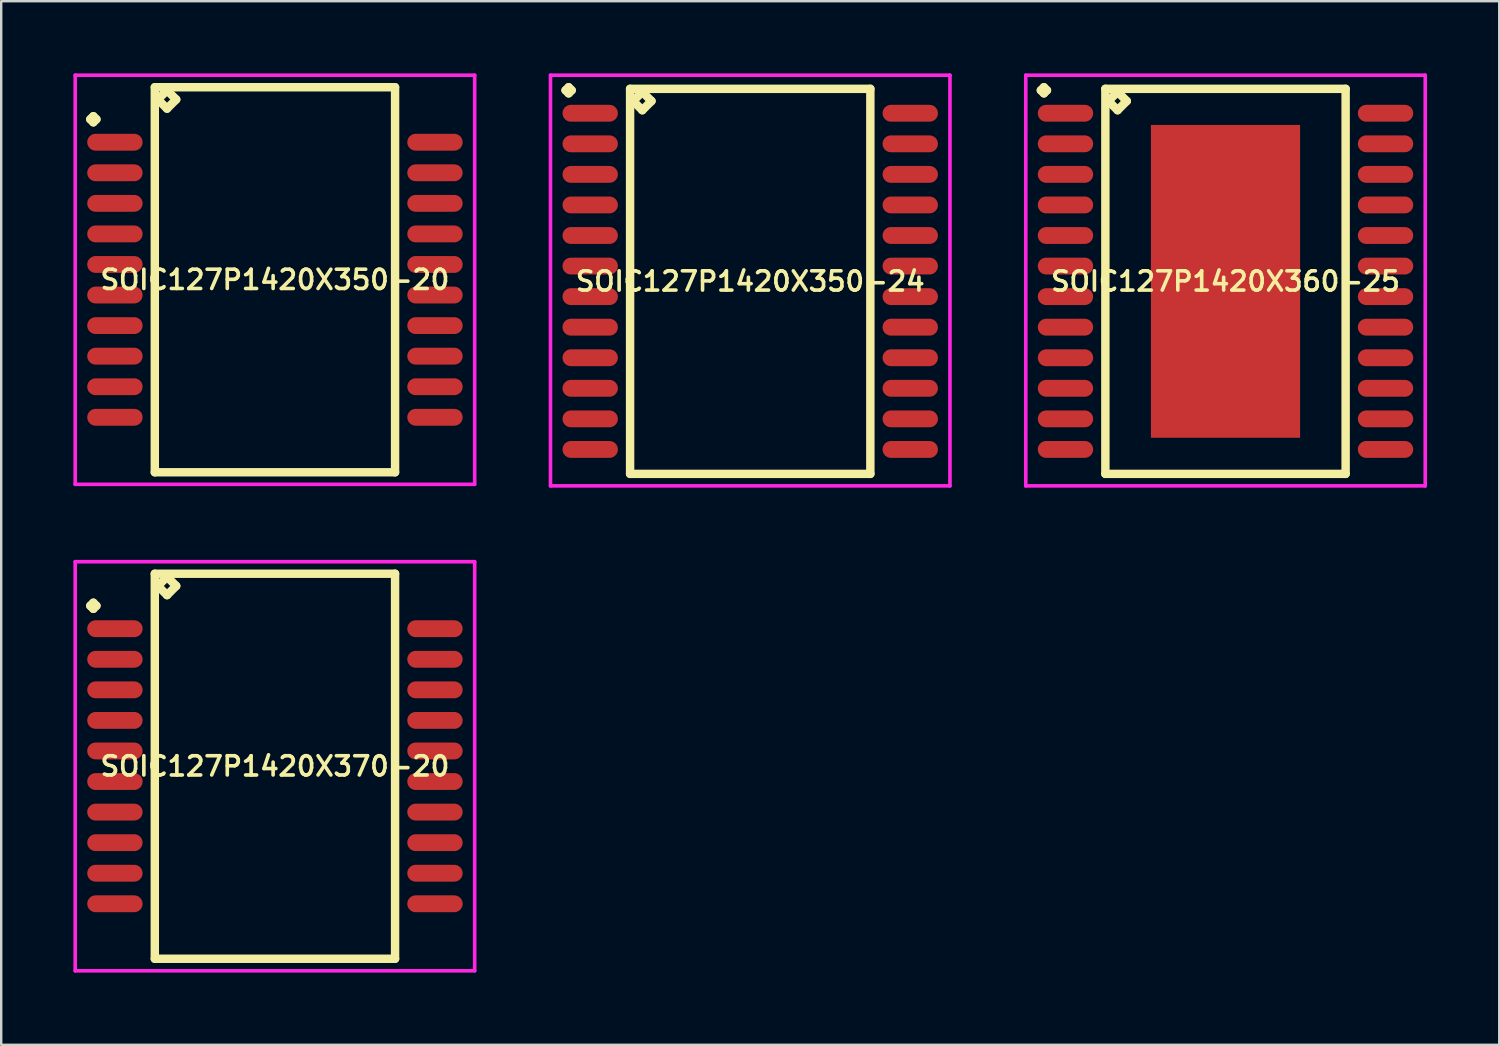
<source format=kicad_pcb>
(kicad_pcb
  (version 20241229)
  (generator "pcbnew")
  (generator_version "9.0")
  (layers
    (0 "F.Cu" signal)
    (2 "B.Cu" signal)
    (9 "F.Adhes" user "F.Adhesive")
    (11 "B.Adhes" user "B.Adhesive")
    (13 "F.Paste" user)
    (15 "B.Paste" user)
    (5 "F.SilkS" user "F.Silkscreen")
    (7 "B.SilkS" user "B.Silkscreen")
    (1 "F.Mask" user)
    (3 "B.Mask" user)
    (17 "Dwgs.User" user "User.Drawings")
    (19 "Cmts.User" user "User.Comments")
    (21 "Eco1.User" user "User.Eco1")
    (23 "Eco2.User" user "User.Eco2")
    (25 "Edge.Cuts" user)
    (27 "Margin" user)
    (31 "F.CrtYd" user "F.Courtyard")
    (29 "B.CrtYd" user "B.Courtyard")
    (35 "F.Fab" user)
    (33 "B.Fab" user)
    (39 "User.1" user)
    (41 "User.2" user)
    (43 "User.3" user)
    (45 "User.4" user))
  (footprint "SOIC127P1420X350-24"
    (layer "F.Cu")
    (at 28.125 8.641)
    (property "Reference" "SOIC127P1420X350-24" (at 0 0 0) (layer "F.SilkS") (effects (font (size 0.8 0.8) (thickness 0.15))))
    (attr through_hole)
    (fp_line (start -7.673 -7.939) (end -7.546 -8.066) (stroke (width 0.35) (type solid)) (layer "F.SilkS"))
    (fp_line (start -7.546 -8.066) (end -7.419 -7.939) (stroke (width 0.35) (type solid)) (layer "F.SilkS"))
    (fp_line (start -7.546 -7.812) (end -7.673 -7.939) (stroke (width 0.35) (type solid)) (layer "F.SilkS"))
    (fp_line (start -7.419 -7.939) (end -7.546 -7.812) (stroke (width 0.35) (type solid)) (layer "F.SilkS"))
    (fp_line (start -4.992 -8) (end -4.992 8) (stroke (width 0.35) (type solid)) (layer "F.SilkS"))
    (fp_line (start -4.992 8) (end 4.992 8) (stroke (width 0.35) (type solid)) (layer "F.SilkS"))
    (fp_line (start -4.865 -7.492) (end -4.484 -7.873) (stroke (width 0.35) (type solid)) (layer "F.SilkS"))
    (fp_line (start -4.484 -7.873) (end -4.103 -7.492) (stroke (width 0.35) (type solid)) (layer "F.SilkS"))
    (fp_line (start -4.484 -7.111) (end -4.865 -7.492) (stroke (width 0.35) (type solid)) (layer "F.SilkS"))
    (fp_line (start -4.103 -7.492) (end -4.484 -7.111) (stroke (width 0.35) (type solid)) (layer "F.SilkS"))
    (fp_line (start 4.992 -8) (end -4.992 -8) (stroke (width 0.35) (type solid)) (layer "F.SilkS"))
    (fp_line (start 4.992 8) (end 4.992 -8) (stroke (width 0.35) (type solid)) (layer "F.SilkS"))
    (fp_line (start -8.3 -8.566) (end 8.3 -8.566) (stroke (width 0.15) (type solid)) (layer "F.CrtYd"))
    (fp_line (start -8.3 8.5) (end -8.3 -8.566) (stroke (width 0.15) (type solid)) (layer "F.CrtYd"))
    (fp_line (start 8.3 -8.566) (end 8.3 8.5) (stroke (width 0.15) (type solid)) (layer "F.CrtYd"))
    (fp_line (start 8.3 8.5) (end -8.3 8.5) (stroke (width 0.15) (type solid)) (layer "F.CrtYd"))
    (pad "1" smd oval (at -6.65 -6.985) (size 2.3 0.7) (layers "F.Cu" "F.Mask" "F.Paste"))
    (pad "2" smd oval (at -6.65 -5.715) (size 2.3 0.7) (layers "F.Cu" "F.Mask" "F.Paste"))
    (pad "3" smd oval (at -6.65 -4.445) (size 2.3 0.7) (layers "F.Cu" "F.Mask" "F.Paste"))
    (pad "4" smd oval (at -6.65 -3.175) (size 2.3 0.7) (layers "F.Cu" "F.Mask" "F.Paste"))
    (pad "5" smd oval (at -6.65 -1.905) (size 2.3 0.7) (layers "F.Cu" "F.Mask" "F.Paste"))
    (pad "6" smd oval (at -6.65 -0.635) (size 2.3 0.7) (layers "F.Cu" "F.Mask" "F.Paste"))
    (pad "7" smd oval (at -6.65 0.635) (size 2.3 0.7) (layers "F.Cu" "F.Mask" "F.Paste"))
    (pad "8" smd oval (at -6.65 1.905) (size 2.3 0.7) (layers "F.Cu" "F.Mask" "F.Paste"))
    (pad "9" smd oval (at -6.65 3.175) (size 2.3 0.7) (layers "F.Cu" "F.Mask" "F.Paste"))
    (pad "10" smd oval (at -6.65 4.445) (size 2.3 0.7) (layers "F.Cu" "F.Mask" "F.Paste"))
    (pad "11" smd oval (at -6.65 5.715) (size 2.3 0.7) (layers "F.Cu" "F.Mask" "F.Paste"))
    (pad "12" smd oval (at -6.65 6.985) (size 2.3 0.7) (layers "F.Cu" "F.Mask" "F.Paste"))
    (pad "13" smd oval (at 6.65 6.985) (size 2.3 0.7) (layers "F.Cu" "F.Mask" "F.Paste"))
    (pad "14" smd oval (at 6.65 5.715) (size 2.3 0.7) (layers "F.Cu" "F.Mask" "F.Paste"))
    (pad "15" smd oval (at 6.65 4.445) (size 2.3 0.7) (layers "F.Cu" "F.Mask" "F.Paste"))
    (pad "16" smd oval (at 6.65 3.175) (size 2.3 0.7) (layers "F.Cu" "F.Mask" "F.Paste"))
    (pad "17" smd oval (at 6.65 1.905) (size 2.3 0.7) (layers "F.Cu" "F.Mask" "F.Paste"))
    (pad "18" smd oval (at 6.65 0.635) (size 2.3 0.7) (layers "F.Cu" "F.Mask" "F.Paste"))
    (pad "19" smd oval (at 6.65 -0.635) (size 2.3 0.7) (layers "F.Cu" "F.Mask" "F.Paste"))
    (pad "20" smd oval (at 6.65 -1.905) (size 2.3 0.7) (layers "F.Cu" "F.Mask" "F.Paste"))
    (pad "21" smd oval (at 6.65 -3.175) (size 2.3 0.7) (layers "F.Cu" "F.Mask" "F.Paste"))
    (pad "22" smd oval (at 6.65 -4.445) (size 2.3 0.7) (layers "F.Cu" "F.Mask" "F.Paste"))
    (pad "23" smd oval (at 6.65 -5.715) (size 2.3 0.7) (layers "F.Cu" "F.Mask" "F.Paste"))
    (pad "24" smd oval (at 6.65 -6.985) (size 2.3 0.7) (layers "F.Cu" "F.Mask" "F.Paste")))
  (footprint "SOIC127P1420X350-20"
    (layer "F.Cu")
    (at 8.375 8.575)
    (property "Reference" "SOIC127P1420X350-20" (at 0 0 0) (layer "F.SilkS") (effects (font (size 0.8 0.8) (thickness 0.15))))
    (attr smd)
    (fp_line (start -7.673 -6.669) (end -7.546 -6.796) (stroke (width 0.35) (type solid)) (layer "F.SilkS"))
    (fp_line (start -7.546 -6.796) (end -7.419 -6.669) (stroke (width 0.35) (type solid)) (layer "F.SilkS"))
    (fp_line (start -7.546 -6.542) (end -7.673 -6.669) (stroke (width 0.35) (type solid)) (layer "F.SilkS"))
    (fp_line (start -7.419 -6.669) (end -7.546 -6.542) (stroke (width 0.35) (type solid)) (layer "F.SilkS"))
    (fp_line (start -4.992 -8) (end -4.992 8) (stroke (width 0.35) (type solid)) (layer "F.SilkS"))
    (fp_line (start -4.992 8) (end 4.992 8) (stroke (width 0.35) (type solid)) (layer "F.SilkS"))
    (fp_line (start -4.865 -7.492) (end -4.484 -7.873) (stroke (width 0.35) (type solid)) (layer "F.SilkS"))
    (fp_line (start -4.484 -7.873) (end -4.103 -7.492) (stroke (width 0.35) (type solid)) (layer "F.SilkS"))
    (fp_line (start -4.484 -7.111) (end -4.865 -7.492) (stroke (width 0.35) (type solid)) (layer "F.SilkS"))
    (fp_line (start -4.103 -7.492) (end -4.484 -7.111) (stroke (width 0.35) (type solid)) (layer "F.SilkS"))
    (fp_line (start 4.992 -8) (end -4.992 -8) (stroke (width 0.35) (type solid)) (layer "F.SilkS"))
    (fp_line (start 4.992 8) (end 4.992 -8) (stroke (width 0.35) (type solid)) (layer "F.SilkS"))
    (fp_line (start -8.3 -8.5) (end 8.3 -8.5) (stroke (width 0.15) (type solid)) (layer "F.CrtYd"))
    (fp_line (start -8.3 8.5) (end -8.3 -8.5) (stroke (width 0.15) (type solid)) (layer "F.CrtYd"))
    (fp_line (start 8.3 -8.5) (end 8.3 8.5) (stroke (width 0.15) (type solid)) (layer "F.CrtYd"))
    (fp_line (start 8.3 8.5) (end -8.3 8.5) (stroke (width 0.15) (type solid)) (layer "F.CrtYd"))
    (pad "1" smd oval (at -6.65 -5.715) (size 2.3 0.7) (layers "F.Cu" "F.Mask" "F.Paste"))
    (pad "2" smd oval (at -6.65 -4.445) (size 2.3 0.7) (layers "F.Cu" "F.Mask" "F.Paste"))
    (pad "3" smd oval (at -6.65 -3.175) (size 2.3 0.7) (layers "F.Cu" "F.Mask" "F.Paste"))
    (pad "4" smd oval (at -6.65 -1.905) (size 2.3 0.7) (layers "F.Cu" "F.Mask" "F.Paste"))
    (pad "5" smd oval (at -6.65 -0.635) (size 2.3 0.7) (layers "F.Cu" "F.Mask" "F.Paste"))
    (pad "6" smd oval (at -6.65 0.635) (size 2.3 0.7) (layers "F.Cu" "F.Mask" "F.Paste"))
    (pad "7" smd oval (at -6.65 1.905) (size 2.3 0.7) (layers "F.Cu" "F.Mask" "F.Paste"))
    (pad "8" smd oval (at -6.65 3.175) (size 2.3 0.7) (layers "F.Cu" "F.Mask" "F.Paste"))
    (pad "9" smd oval (at -6.65 4.445) (size 2.3 0.7) (layers "F.Cu" "F.Mask" "F.Paste"))
    (pad "10" smd oval (at -6.65 5.715) (size 2.3 0.7) (layers "F.Cu" "F.Mask" "F.Paste"))
    (pad "11" smd oval (at 6.65 5.715) (size 2.3 0.7) (layers "F.Cu" "F.Mask" "F.Paste"))
    (pad "12" smd oval (at 6.65 4.445) (size 2.3 0.7) (layers "F.Cu" "F.Mask" "F.Paste"))
    (pad "13" smd oval (at 6.65 3.175) (size 2.3 0.7) (layers "F.Cu" "F.Mask" "F.Paste"))
    (pad "14" smd oval (at 6.65 1.905) (size 2.3 0.7) (layers "F.Cu" "F.Mask" "F.Paste"))
    (pad "15" smd oval (at 6.65 0.635) (size 2.3 0.7) (layers "F.Cu" "F.Mask" "F.Paste"))
    (pad "16" smd oval (at 6.65 -0.635) (size 2.3 0.7) (layers "F.Cu" "F.Mask" "F.Paste"))
    (pad "17" smd oval (at 6.65 -1.905) (size 2.3 0.7) (layers "F.Cu" "F.Mask" "F.Paste"))
    (pad "18" smd oval (at 6.65 -3.175) (size 2.3 0.7) (layers "F.Cu" "F.Mask" "F.Paste"))
    (pad "19" smd oval (at 6.65 -4.445) (size 2.3 0.7) (layers "F.Cu" "F.Mask" "F.Paste"))
    (pad "20" smd oval (at 6.65 -5.715) (size 2.3 0.7) (layers "F.Cu" "F.Mask" "F.Paste")))
  (footprint "SOIC127P1420X370-20"
    (layer "F.Cu")
    (at 8.375 28.791)
    (property "Reference" "SOIC127P1420X370-20" (at 0 0 0) (layer "F.SilkS") (effects (font (size 0.8 0.8) (thickness 0.15))))
    (attr smd)
    (fp_line (start -7.673 -6.669) (end -7.546 -6.796) (stroke (width 0.35) (type solid)) (layer "F.SilkS"))
    (fp_line (start -7.546 -6.796) (end -7.419 -6.669) (stroke (width 0.35) (type solid)) (layer "F.SilkS"))
    (fp_line (start -7.546 -6.542) (end -7.673 -6.669) (stroke (width 0.35) (type solid)) (layer "F.SilkS"))
    (fp_line (start -7.419 -6.669) (end -7.546 -6.542) (stroke (width 0.35) (type solid)) (layer "F.SilkS"))
    (fp_line (start -4.992 -8) (end -4.992 8) (stroke (width 0.35) (type solid)) (layer "F.SilkS"))
    (fp_line (start -4.992 8) (end 4.992 8) (stroke (width 0.35) (type solid)) (layer "F.SilkS"))
    (fp_line (start -4.865 -7.492) (end -4.484 -7.873) (stroke (width 0.35) (type solid)) (layer "F.SilkS"))
    (fp_line (start -4.484 -7.873) (end -4.103 -7.492) (stroke (width 0.35) (type solid)) (layer "F.SilkS"))
    (fp_line (start -4.484 -7.111) (end -4.865 -7.492) (stroke (width 0.35) (type solid)) (layer "F.SilkS"))
    (fp_line (start -4.103 -7.492) (end -4.484 -7.111) (stroke (width 0.35) (type solid)) (layer "F.SilkS"))
    (fp_line (start 4.992 -8) (end -4.992 -8) (stroke (width 0.35) (type solid)) (layer "F.SilkS"))
    (fp_line (start 4.992 8) (end 4.992 -8) (stroke (width 0.35) (type solid)) (layer "F.SilkS"))
    (fp_line (start -8.3 -8.5) (end 8.3 -8.5) (stroke (width 0.15) (type solid)) (layer "F.CrtYd"))
    (fp_line (start -8.3 8.5) (end -8.3 -8.5) (stroke (width 0.15) (type solid)) (layer "F.CrtYd"))
    (fp_line (start 8.3 -8.5) (end 8.3 8.5) (stroke (width 0.15) (type solid)) (layer "F.CrtYd"))
    (fp_line (start 8.3 8.5) (end -8.3 8.5) (stroke (width 0.15) (type solid)) (layer "F.CrtYd"))
    (pad "1" smd oval (at -6.65 -5.715) (size 2.3 0.7) (layers "F.Cu" "F.Mask" "F.Paste"))
    (pad "2" smd oval (at -6.65 -4.445) (size 2.3 0.7) (layers "F.Cu" "F.Mask" "F.Paste"))
    (pad "3" smd oval (at -6.65 -3.175) (size 2.3 0.7) (layers "F.Cu" "F.Mask" "F.Paste"))
    (pad "4" smd oval (at -6.65 -1.905) (size 2.3 0.7) (layers "F.Cu" "F.Mask" "F.Paste"))
    (pad "5" smd oval (at -6.65 -0.635) (size 2.3 0.7) (layers "F.Cu" "F.Mask" "F.Paste"))
    (pad "6" smd oval (at -6.65 0.635) (size 2.3 0.7) (layers "F.Cu" "F.Mask" "F.Paste"))
    (pad "7" smd oval (at -6.65 1.905) (size 2.3 0.7) (layers "F.Cu" "F.Mask" "F.Paste"))
    (pad "8" smd oval (at -6.65 3.175) (size 2.3 0.7) (layers "F.Cu" "F.Mask" "F.Paste"))
    (pad "9" smd oval (at -6.65 4.445) (size 2.3 0.7) (layers "F.Cu" "F.Mask" "F.Paste"))
    (pad "10" smd oval (at -6.65 5.715) (size 2.3 0.7) (layers "F.Cu" "F.Mask" "F.Paste"))
    (pad "11" smd oval (at 6.65 5.715) (size 2.3 0.7) (layers "F.Cu" "F.Mask" "F.Paste"))
    (pad "12" smd oval (at 6.65 4.445) (size 2.3 0.7) (layers "F.Cu" "F.Mask" "F.Paste"))
    (pad "13" smd oval (at 6.65 3.175) (size 2.3 0.7) (layers "F.Cu" "F.Mask" "F.Paste"))
    (pad "14" smd oval (at 6.65 1.905) (size 2.3 0.7) (layers "F.Cu" "F.Mask" "F.Paste"))
    (pad "15" smd oval (at 6.65 0.635) (size 2.3 0.7) (layers "F.Cu" "F.Mask" "F.Paste"))
    (pad "16" smd oval (at 6.65 -0.635) (size 2.3 0.7) (layers "F.Cu" "F.Mask" "F.Paste"))
    (pad "17" smd oval (at 6.65 -1.905) (size 2.3 0.7) (layers "F.Cu" "F.Mask" "F.Paste"))
    (pad "18" smd oval (at 6.65 -3.175) (size 2.3 0.7) (layers "F.Cu" "F.Mask" "F.Paste"))
    (pad "19" smd oval (at 6.65 -4.445) (size 2.3 0.7) (layers "F.Cu" "F.Mask" "F.Paste"))
    (pad "20" smd oval (at 6.65 -5.715) (size 2.3 0.7) (layers "F.Cu" "F.Mask" "F.Paste")))
  (footprint "SOIC127P1420X360-25"
    (layer "F.Cu")
    (at 47.875 8.641)
    (property "Reference" "SOIC127P1420X360-25" (at 0 0 0) (layer "F.SilkS") (effects (font (size 0.8 0.8) (thickness 0.15))))
    (attr through_hole)
    (fp_line (start -7.673 -7.939) (end -7.546 -8.066) (stroke (width 0.35) (type solid)) (layer "F.SilkS"))
    (fp_line (start -7.546 -8.066) (end -7.419 -7.939) (stroke (width 0.35) (type solid)) (layer "F.SilkS"))
    (fp_line (start -7.546 -7.812) (end -7.673 -7.939) (stroke (width 0.35) (type solid)) (layer "F.SilkS"))
    (fp_line (start -7.419 -7.939) (end -7.546 -7.812) (stroke (width 0.35) (type solid)) (layer "F.SilkS"))
    (fp_line (start -4.992 -8) (end -4.992 8) (stroke (width 0.35) (type solid)) (layer "F.SilkS"))
    (fp_line (start -4.992 8) (end 4.992 8) (stroke (width 0.35) (type solid)) (layer "F.SilkS"))
    (fp_line (start -4.865 -7.492) (end -4.484 -7.873) (stroke (width 0.35) (type solid)) (layer "F.SilkS"))
    (fp_line (start -4.484 -7.873) (end -4.103 -7.492) (stroke (width 0.35) (type solid)) (layer "F.SilkS"))
    (fp_line (start -4.484 -7.111) (end -4.865 -7.492) (stroke (width 0.35) (type solid)) (layer "F.SilkS"))
    (fp_line (start -4.103 -7.492) (end -4.484 -7.111) (stroke (width 0.35) (type solid)) (layer "F.SilkS"))
    (fp_line (start 4.992 -8) (end -4.992 -8) (stroke (width 0.35) (type solid)) (layer "F.SilkS"))
    (fp_line (start 4.992 8) (end 4.992 -8) (stroke (width 0.35) (type solid)) (layer "F.SilkS"))
    (fp_line (start -8.3 -8.566) (end 8.3 -8.566) (stroke (width 0.15) (type solid)) (layer "F.CrtYd"))
    (fp_line (start -8.3 8.5) (end -8.3 -8.566) (stroke (width 0.15) (type solid)) (layer "F.CrtYd"))
    (fp_line (start 8.3 -8.566) (end 8.3 8.5) (stroke (width 0.15) (type solid)) (layer "F.CrtYd"))
    (fp_line (start 8.3 8.5) (end -8.3 8.5) (stroke (width 0.15) (type solid)) (layer "F.CrtYd"))
    (pad "1" smd oval (at -6.65 -6.985) (size 2.3 0.7) (layers "F.Cu" "F.Mask" "F.Paste"))
    (pad "2" smd oval (at -6.65 -5.715) (size 2.3 0.7) (layers "F.Cu" "F.Mask" "F.Paste"))
    (pad "3" smd oval (at -6.65 -4.445) (size 2.3 0.7) (layers "F.Cu" "F.Mask" "F.Paste"))
    (pad "4" smd oval (at -6.65 -3.175) (size 2.3 0.7) (layers "F.Cu" "F.Mask" "F.Paste"))
    (pad "5" smd oval (at -6.65 -1.905) (size 2.3 0.7) (layers "F.Cu" "F.Mask" "F.Paste"))
    (pad "6" smd oval (at -6.65 -0.635) (size 2.3 0.7) (layers "F.Cu" "F.Mask" "F.Paste"))
    (pad "7" smd oval (at -6.65 0.635) (size 2.3 0.7) (layers "F.Cu" "F.Mask" "F.Paste"))
    (pad "8" smd oval (at -6.65 1.905) (size 2.3 0.7) (layers "F.Cu" "F.Mask" "F.Paste"))
    (pad "9" smd oval (at -6.65 3.175) (size 2.3 0.7) (layers "F.Cu" "F.Mask" "F.Paste"))
    (pad "10" smd oval (at -6.65 4.445) (size 2.3 0.7) (layers "F.Cu" "F.Mask" "F.Paste"))
    (pad "11" smd oval (at -6.65 5.715) (size 2.3 0.7) (layers "F.Cu" "F.Mask" "F.Paste"))
    (pad "12" smd oval (at -6.65 6.985) (size 2.3 0.7) (layers "F.Cu" "F.Mask" "F.Paste"))
    (pad "13" smd oval (at 6.65 6.985) (size 2.3 0.7) (layers "F.Cu" "F.Mask" "F.Paste"))
    (pad "14" smd oval (at 6.65 5.715) (size 2.3 0.7) (layers "F.Cu" "F.Mask" "F.Paste"))
    (pad "15" smd oval (at 6.65 4.445) (size 2.3 0.7) (layers "F.Cu" "F.Mask" "F.Paste"))
    (pad "16" smd oval (at 6.65 3.175) (size 2.3 0.7) (layers "F.Cu" "F.Mask" "F.Paste"))
    (pad "17" smd oval (at 6.65 1.905) (size 2.3 0.7) (layers "F.Cu" "F.Mask" "F.Paste"))
    (pad "18" smd oval (at 6.65 0.635) (size 2.3 0.7) (layers "F.Cu" "F.Mask" "F.Paste"))
    (pad "19" smd oval (at 6.65 -0.635) (size 2.3 0.7) (layers "F.Cu" "F.Mask" "F.Paste"))
    (pad "20" smd oval (at 6.65 -1.905) (size 2.3 0.7) (layers "F.Cu" "F.Mask" "F.Paste"))
    (pad "21" smd oval (at 6.65 -3.175) (size 2.3 0.7) (layers "F.Cu" "F.Mask" "F.Paste"))
    (pad "22" smd oval (at 6.65 -4.445) (size 2.3 0.7) (layers "F.Cu" "F.Mask" "F.Paste"))
    (pad "23" smd oval (at 6.65 -5.715) (size 2.3 0.7) (layers "F.Cu" "F.Mask" "F.Paste"))
    (pad "24" smd oval (at 6.65 -6.985) (size 2.3 0.7) (layers "F.Cu" "F.Mask" "F.Paste"))
    (pad "25" smd rect (at 0 0) (size 6.2 13) (layers "F.Cu" "F.Mask" "F.Paste")))
  (gr_rect
    (start -3 -3)
    (end 59.25 40.366)
    (stroke (width 0.1) (type default))
    (fill no)
    (layer "Edge.Cuts")))
</source>
